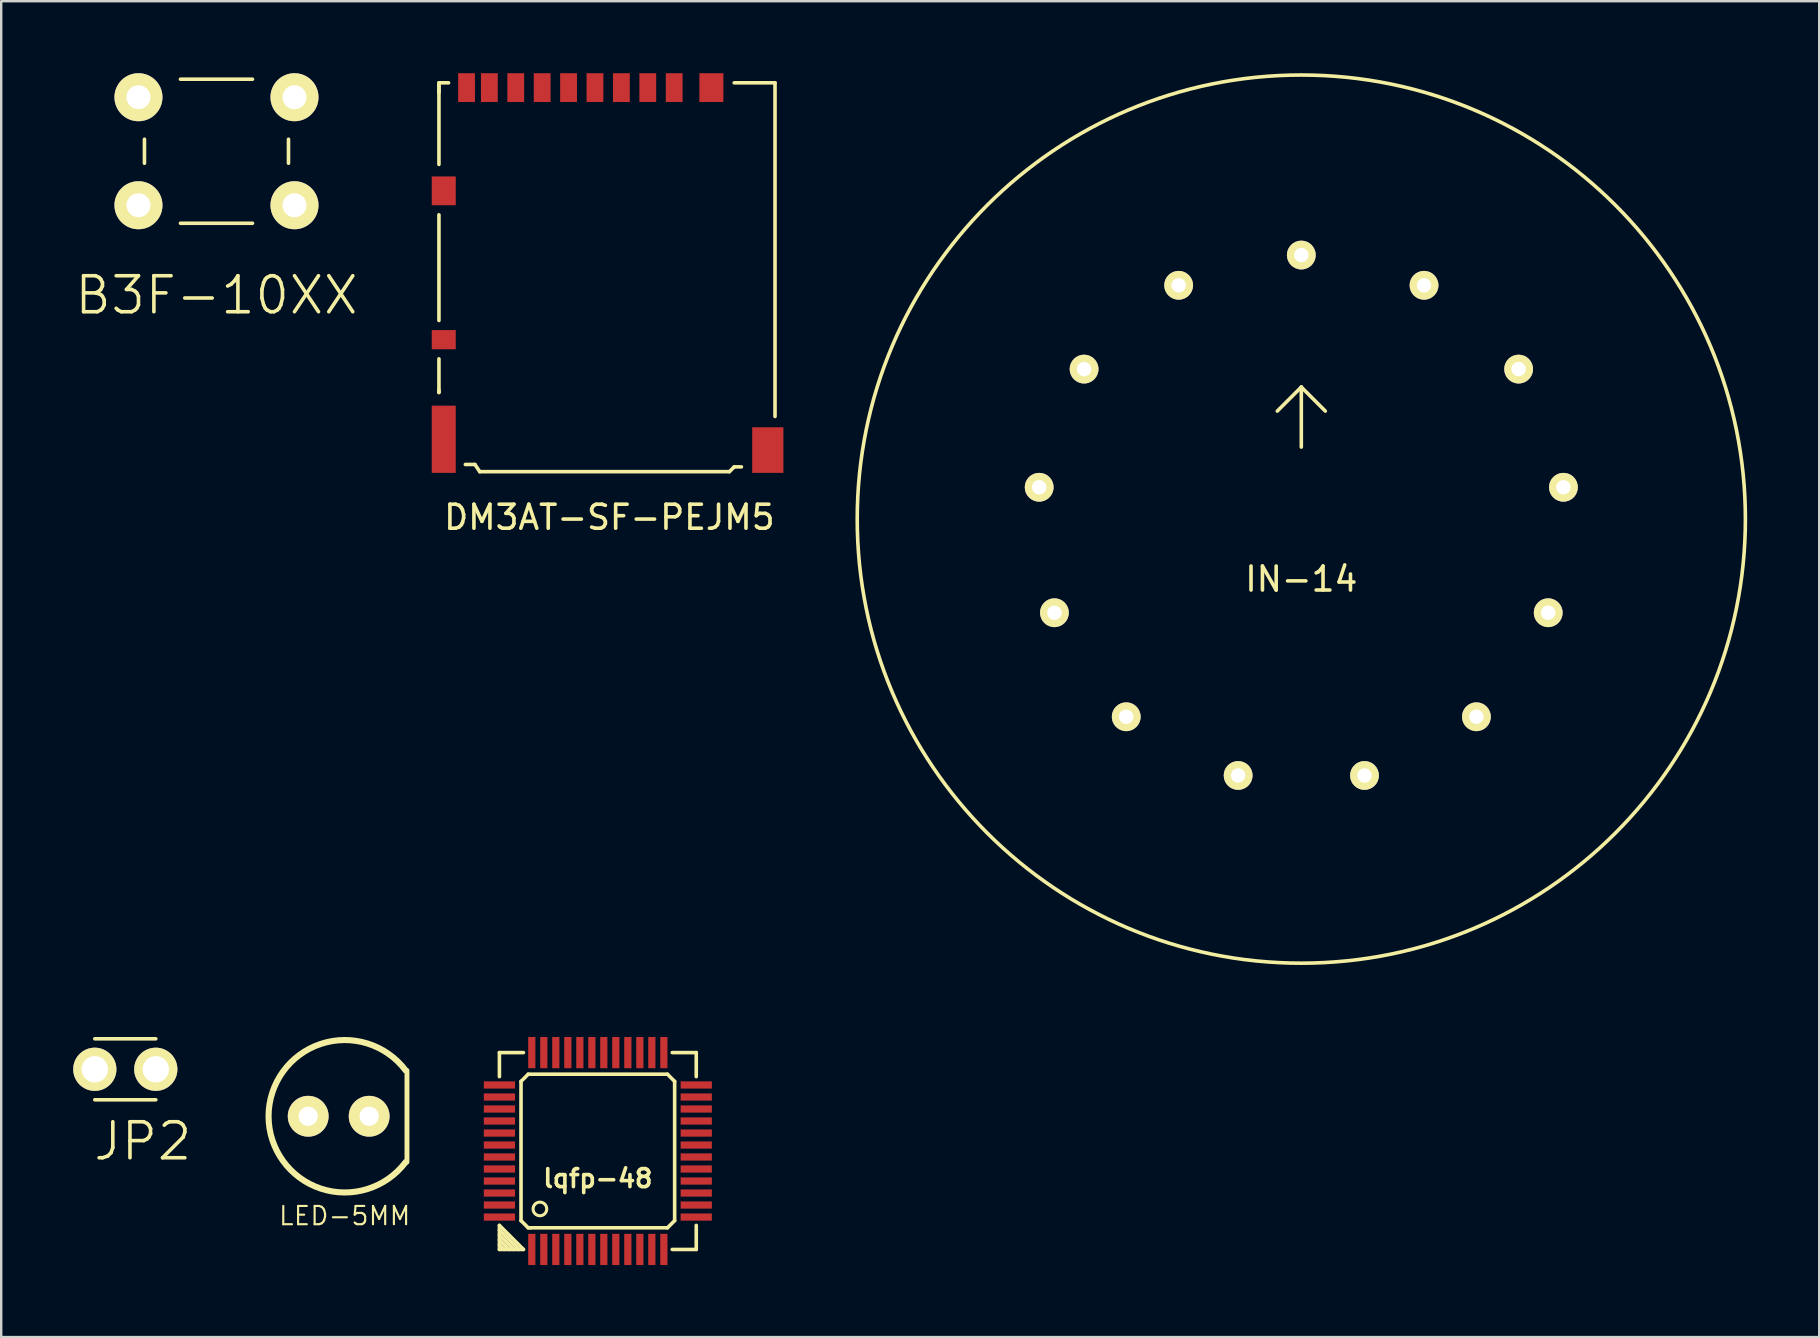
<source format=kicad_pcb>
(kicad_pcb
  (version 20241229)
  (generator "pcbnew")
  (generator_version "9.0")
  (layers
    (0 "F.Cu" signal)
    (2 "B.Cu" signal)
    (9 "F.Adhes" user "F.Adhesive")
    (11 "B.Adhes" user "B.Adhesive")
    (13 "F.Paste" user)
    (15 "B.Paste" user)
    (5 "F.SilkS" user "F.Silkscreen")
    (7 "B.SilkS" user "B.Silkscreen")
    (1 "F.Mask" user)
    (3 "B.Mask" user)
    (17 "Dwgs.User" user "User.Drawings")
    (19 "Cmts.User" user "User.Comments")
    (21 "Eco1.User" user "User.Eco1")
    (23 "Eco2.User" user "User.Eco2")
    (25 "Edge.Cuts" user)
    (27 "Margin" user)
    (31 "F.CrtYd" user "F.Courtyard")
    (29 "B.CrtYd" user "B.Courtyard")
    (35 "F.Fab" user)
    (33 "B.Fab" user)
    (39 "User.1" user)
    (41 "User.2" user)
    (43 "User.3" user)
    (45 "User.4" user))
  (footprint "JP2"
    (layer "F.Cu")
    (at 2.17 41.495)
    (property "Reference" "JP2" (at 0.73 3 0) (layer "F.SilkS") (effects (font (size 1.5 1.5) (thickness 0.15))))
    (attr through_hole)
    (fp_line (start -1.27 -1.27) (end 1.27 -1.27) (stroke (width 0.15) (type solid)) (layer "F.SilkS"))
    (fp_line (start -1.27 1.27) (end 1.27 1.27) (stroke (width 0.15) (type solid)) (layer "F.SilkS"))
    (pad "1" thru_hole circle (at -1.27 0) (size 1.8 1.8) (drill 1.1) (layers "*.Cu" "*.Mask" "F.SilkS"))
    (pad "2" thru_hole circle (at 1.27 0) (size 1.8 1.8) (drill 1.1) (layers "*.Cu" "*.Mask" "F.SilkS")))
  (footprint "IN-14"
    (layer "F.Cu")
    (at 51.161 18.575)
    (property "Reference" "IN-14" (at 0 2.5 0) (layer "F.SilkS") (effects (font (size 1 1) (thickness 0.15))))
    (attr through_hole)
    (fp_line (start 0 -5.5) (end -1 -4.5) (stroke (width 0.15) (type solid)) (layer "F.SilkS"))
    (fp_line (start 0 -5.5) (end 1 -4.5) (stroke (width 0.15) (type solid)) (layer "F.SilkS"))
    (fp_line (start 0 -3) (end 0 -5.5) (stroke (width 0.15) (type solid)) (layer "F.SilkS"))
    (fp_circle (center 0 0) (end 18.5 0) (stroke (width 0.15) (type solid)) (fill no) (layer "F.SilkS"))
    (pad "1" thru_hole circle (at 0 -11) (size 1.2 1.2) (drill 0.6) (layers "*.Cu" "*.Mask" "F.SilkS"))
    (pad "2" thru_hole circle (at -5.11 -9.74) (size 1.2 1.2) (drill 0.6) (layers "*.Cu" "*.Mask" "F.SilkS"))
    (pad "3" thru_hole circle (at -9.05 -6.249) (size 1.2 1.2) (drill 0.6) (layers "*.Cu" "*.Mask" "F.SilkS"))
    (pad "4" thru_hole circle (at -10.92 -1.326) (size 1.2 1.2) (drill 0.6) (layers "*.Cu" "*.Mask" "F.SilkS"))
    (pad "5" thru_hole circle (at -10.285 3.9) (size 1.2 1.2) (drill 0.6) (layers "*.Cu" "*.Mask" "F.SilkS"))
    (pad "6" thru_hole circle (at -7.294 8.234) (size 1.2 1.2) (drill 0.6) (layers "*.Cu" "*.Mask" "F.SilkS"))
    (pad "7" thru_hole circle (at -2.632 10.68) (size 1.2 1.2) (drill 0.6) (layers "*.Cu" "*.Mask" "F.SilkS"))
    (pad "8" thru_hole circle (at 2.632 10.68) (size 1.2 1.2) (drill 0.6) (layers "*.Cu" "*.Mask" "F.SilkS"))
    (pad "9" thru_hole circle (at 7.294 8.234) (size 1.2 1.2) (drill 0.6) (layers "*.Cu" "*.Mask" "F.SilkS"))
    (pad "10" thru_hole circle (at 10.285 3.9) (size 1.2 1.2) (drill 0.6) (layers "*.Cu" "*.Mask" "F.SilkS"))
    (pad "11" thru_hole circle (at 10.919 -1.326) (size 1.2 1.2) (drill 0.6) (layers "*.Cu" "*.Mask" "F.SilkS"))
    (pad "12" thru_hole circle (at 9.053 -6.249) (size 1.2 1.2) (drill 0.6) (layers "*.Cu" "*.Mask" "F.SilkS"))
    (pad "13" thru_hole circle (at 5.112 -9.74) (size 1.2 1.2) (drill 0.6) (layers "*.Cu" "*.Mask" "F.SilkS")))
  (footprint "LED-5MM"
    (layer "F.Cu")
    (at 11.059 43.452)
    (property "Reference" "LED-5MM" (at 0.25 4.15 0) (layer "F.SilkS") (effects (font (size 0.762 0.762) (thickness 0.089))))
    (attr through_hole)
    (fp_line (start 2.845 1.905) (end 2.845 -1.905) (stroke (width 0.203) (type solid)) (layer "F.SilkS"))
    (fp_arc (start 2.794 1.905) (mid -2.921 0.001668) (end 2.791997 -1.907668) (stroke (width 0.254) (type solid)) (layer "F.SilkS"))
    (pad "1" thru_hole circle (at -1.27 0) (size 1.7 1.7) (drill 0.8) (layers "*.Cu" "*.Mask" "F.SilkS"))
    (pad "2" thru_hole circle (at 1.27 0) (size 1.7 1.7) (drill 0.8) (layers "*.Cu" "*.Mask" "F.SilkS")))
  (footprint "lqfp-48"
    (layer "F.Cu")
    (at 21.855 44.9)
    (property "Reference" "lqfp-48" (at 0 1.143 0) (layer "F.SilkS") (effects (font (size 0.749 0.749) (thickness 0.15))))
    (attr smd)
    (fp_line (start -4.1 -4.1) (end -3.099 -4.1) (stroke (width 0.15) (type solid)) (layer "F.SilkS"))
    (fp_line (start -4.1 -3.099) (end -4.1 -4.1) (stroke (width 0.15) (type solid)) (layer "F.SilkS"))
    (fp_line (start -4.1 3.099) (end -3.099 4.1) (stroke (width 0.15) (type solid)) (layer "F.SilkS"))
    (fp_line (start -4.1 3.5) (end -3.5 4.1) (stroke (width 0.15) (type solid)) (layer "F.SilkS"))
    (fp_line (start -4.1 3.899) (end -3.899 4.1) (stroke (width 0.15) (type solid)) (layer "F.SilkS"))
    (fp_line (start -4.1 4.1) (end -4.1 3.099) (stroke (width 0.15) (type solid)) (layer "F.SilkS"))
    (fp_line (start -3.701 4.1) (end -4.1 3.701) (stroke (width 0.15) (type solid)) (layer "F.SilkS"))
    (fp_line (start -3.299 4.1) (end -4.1 3.299) (stroke (width 0.15) (type solid)) (layer "F.SilkS"))
    (fp_line (start -3.2 -2.9) (end -2.9 -3.2) (stroke (width 0.15) (type solid)) (layer "F.SilkS"))
    (fp_line (start -3.2 2.9) (end -3.2 -2.9) (stroke (width 0.15) (type solid)) (layer "F.SilkS"))
    (fp_line (start -3.099 4.1) (end -4.1 4.1) (stroke (width 0.15) (type solid)) (layer "F.SilkS"))
    (fp_line (start -2.9 -3.2) (end 2.9 -3.2) (stroke (width 0.15) (type solid)) (layer "F.SilkS"))
    (fp_line (start -2.9 3.2) (end -3.2 2.9) (stroke (width 0.15) (type solid)) (layer "F.SilkS"))
    (fp_line (start -2.8 3.2) (end -2.9 3.2) (stroke (width 0.15) (type solid)) (layer "F.SilkS"))
    (fp_line (start 2.9 -3.2) (end 3.2 -2.9) (stroke (width 0.15) (type solid)) (layer "F.SilkS"))
    (fp_line (start 2.9 3.2) (end -2.8 3.2) (stroke (width 0.15) (type solid)) (layer "F.SilkS"))
    (fp_line (start 3.099 -4.1) (end 4.1 -4.1) (stroke (width 0.15) (type solid)) (layer "F.SilkS"))
    (fp_line (start 3.2 -2.9) (end 3.2 2.9) (stroke (width 0.15) (type solid)) (layer "F.SilkS"))
    (fp_line (start 3.2 2.9) (end 2.9 3.2) (stroke (width 0.15) (type solid)) (layer "F.SilkS"))
    (fp_line (start 4.1 -4.1) (end 4.1 -3.099) (stroke (width 0.15) (type solid)) (layer "F.SilkS"))
    (fp_line (start 4.1 3.099) (end 4.1 4.1) (stroke (width 0.15) (type solid)) (layer "F.SilkS"))
    (fp_line (start 4.1 4.1) (end 3.099 4.1) (stroke (width 0.15) (type solid)) (layer "F.SilkS"))
    (fp_circle (center -2.413 2.413) (end -2.667 2.54) (stroke (width 0.127) (type solid)) (fill no) (layer "F.SilkS"))
    (pad "1" smd rect (at -2.751 4.1) (size 0.3 1.3) (layers "F.Cu" "F.Mask" "F.Paste"))
    (pad "2" smd rect (at -2.25 4.1) (size 0.3 1.3) (layers "F.Cu" "F.Mask" "F.Paste"))
    (pad "3" smd rect (at -1.75 4.1) (size 0.3 1.3) (layers "F.Cu" "F.Mask" "F.Paste"))
    (pad "4" smd rect (at -1.25 4.1) (size 0.3 1.3) (layers "F.Cu" "F.Mask" "F.Paste"))
    (pad "5" smd rect (at -0.749 4.1) (size 0.3 1.3) (layers "F.Cu" "F.Mask" "F.Paste"))
    (pad "6" smd rect (at -0.249 4.1) (size 0.3 1.3) (layers "F.Cu" "F.Mask" "F.Paste"))
    (pad "7" smd rect (at 0.249 4.1) (size 0.3 1.3) (layers "F.Cu" "F.Mask" "F.Paste"))
    (pad "8" smd rect (at 0.749 4.1) (size 0.3 1.3) (layers "F.Cu" "F.Mask" "F.Paste"))
    (pad "9" smd rect (at 1.25 4.1) (size 0.3 1.3) (layers "F.Cu" "F.Mask" "F.Paste"))
    (pad "10" smd rect (at 1.75 4.1) (size 0.3 1.3) (layers "F.Cu" "F.Mask" "F.Paste"))
    (pad "11" smd rect (at 2.25 4.1) (size 0.3 1.3) (layers "F.Cu" "F.Mask" "F.Paste"))
    (pad "12" smd rect (at 2.751 4.1) (size 0.3 1.3) (layers "F.Cu" "F.Mask" "F.Paste"))
    (pad "13" smd rect (at 4.1 2.751) (size 1.3 0.3) (layers "F.Cu" "F.Mask" "F.Paste"))
    (pad "14" smd rect (at 4.1 2.25) (size 1.3 0.3) (layers "F.Cu" "F.Mask" "F.Paste"))
    (pad "15" smd rect (at 4.1 1.75) (size 1.3 0.3) (layers "F.Cu" "F.Mask" "F.Paste"))
    (pad "16" smd rect (at 4.1 1.25) (size 1.3 0.3) (layers "F.Cu" "F.Mask" "F.Paste"))
    (pad "17" smd rect (at 4.1 0.749) (size 1.3 0.3) (layers "F.Cu" "F.Mask" "F.Paste"))
    (pad "18" smd rect (at 4.1 0.249) (size 1.3 0.3) (layers "F.Cu" "F.Mask" "F.Paste"))
    (pad "19" smd rect (at 4.1 -0.249) (size 1.3 0.3) (layers "F.Cu" "F.Mask" "F.Paste"))
    (pad "20" smd rect (at 4.1 -0.749) (size 1.3 0.3) (layers "F.Cu" "F.Mask" "F.Paste"))
    (pad "21" smd rect (at 4.1 -1.25) (size 1.3 0.3) (layers "F.Cu" "F.Mask" "F.Paste"))
    (pad "22" smd rect (at 4.1 -1.75) (size 1.3 0.3) (layers "F.Cu" "F.Mask" "F.Paste"))
    (pad "23" smd rect (at 4.1 -2.25) (size 1.3 0.3) (layers "F.Cu" "F.Mask" "F.Paste"))
    (pad "24" smd rect (at 4.1 -2.751) (size 1.3 0.3) (layers "F.Cu" "F.Mask" "F.Paste"))
    (pad "25" smd rect (at 2.751 -4.1) (size 0.3 1.3) (layers "F.Cu" "F.Mask" "F.Paste"))
    (pad "26" smd rect (at 2.25 -4.1) (size 0.3 1.3) (layers "F.Cu" "F.Mask" "F.Paste"))
    (pad "27" smd rect (at 1.75 -4.1) (size 0.3 1.3) (layers "F.Cu" "F.Mask" "F.Paste"))
    (pad "28" smd rect (at 1.25 -4.1) (size 0.3 1.3) (layers "F.Cu" "F.Mask" "F.Paste"))
    (pad "29" smd rect (at 0.749 -4.1) (size 0.3 1.3) (layers "F.Cu" "F.Mask" "F.Paste"))
    (pad "30" smd rect (at 0.249 -4.1) (size 0.3 1.3) (layers "F.Cu" "F.Mask" "F.Paste"))
    (pad "31" smd rect (at -0.249 -4.1) (size 0.3 1.3) (layers "F.Cu" "F.Mask" "F.Paste"))
    (pad "32" smd rect (at -0.749 -4.1) (size 0.3 1.3) (layers "F.Cu" "F.Mask" "F.Paste"))
    (pad "33" smd rect (at -1.25 -4.1) (size 0.3 1.3) (layers "F.Cu" "F.Mask" "F.Paste"))
    (pad "34" smd rect (at -1.75 -4.1) (size 0.3 1.3) (layers "F.Cu" "F.Mask" "F.Paste"))
    (pad "35" smd rect (at -2.25 -4.1) (size 0.3 1.3) (layers "F.Cu" "F.Mask" "F.Paste"))
    (pad "36" smd rect (at -2.751 -4.1) (size 0.3 1.3) (layers "F.Cu" "F.Mask" "F.Paste"))
    (pad "37" smd rect (at -4.1 -2.751) (size 1.3 0.3) (layers "F.Cu" "F.Mask" "F.Paste"))
    (pad "38" smd rect (at -4.1 -2.25) (size 1.3 0.3) (layers "F.Cu" "F.Mask" "F.Paste"))
    (pad "39" smd rect (at -4.1 -1.75) (size 1.3 0.3) (layers "F.Cu" "F.Mask" "F.Paste"))
    (pad "40" smd rect (at -4.1 -1.25) (size 1.3 0.3) (layers "F.Cu" "F.Mask" "F.Paste"))
    (pad "41" smd rect (at -4.1 -0.749) (size 1.3 0.3) (layers "F.Cu" "F.Mask" "F.Paste"))
    (pad "42" smd rect (at -4.1 -0.249) (size 1.3 0.3) (layers "F.Cu" "F.Mask" "F.Paste"))
    (pad "43" smd rect (at -4.1 0.249) (size 1.3 0.3) (layers "F.Cu" "F.Mask" "F.Paste"))
    (pad "44" smd rect (at -4.1 0.749) (size 1.3 0.3) (layers "F.Cu" "F.Mask" "F.Paste"))
    (pad "45" smd rect (at -4.1 1.25) (size 1.3 0.3) (layers "F.Cu" "F.Mask" "F.Paste"))
    (pad "46" smd rect (at -4.1 1.75) (size 1.3 0.3) (layers "F.Cu" "F.Mask" "F.Paste"))
    (pad "47" smd rect (at -4.1 2.25) (size 1.3 0.3) (layers "F.Cu" "F.Mask" "F.Paste"))
    (pad "48" smd rect (at -4.1 2.751) (size 1.3 0.3) (layers "F.Cu" "F.Mask" "F.Paste")))
  (footprint "B3F-10XX"
    (layer "F.Cu")
    (at 5.968 3.25)
    (property "Reference" "B3F-10XX" (at 0 6 0) (layer "F.SilkS") (effects (font (size 1.5 1.5) (thickness 0.15))))
    (attr through_hole)
    (fp_line (start -3 -0.5) (end -3 0.5) (stroke (width 0.15) (type solid)) (layer "F.SilkS"))
    (fp_line (start -1.5 -3) (end 1.5 -3) (stroke (width 0.15) (type solid)) (layer "F.SilkS"))
    (fp_line (start -1.5 3) (end 1.5 3) (stroke (width 0.15) (type solid)) (layer "F.SilkS"))
    (fp_line (start 3 -0.5) (end 3 0.5) (stroke (width 0.15) (type solid)) (layer "F.SilkS"))
    (pad "1" thru_hole circle (at 3.25 2.25) (size 2 2) (drill 1) (layers "*.Cu" "*.Mask" "F.SilkS"))
    (pad "2" thru_hole circle (at -3.25 2.25) (size 2 2) (drill 1) (layers "*.Cu" "*.Mask" "F.SilkS"))
    (pad "3" thru_hole circle (at 3.25 -2.25) (size 2 2) (drill 1) (layers "*.Cu" "*.Mask" "F.SilkS"))
    (pad "4" thru_hole circle (at -3.25 -2.25) (size 2 2) (drill 1) (layers "*.Cu" "*.Mask" "F.SilkS")))
  (footprint "DM3AT-SF-PEJM5"
    (layer "F.Cu")
    (at 21.736 0.6)
    (property "Reference" "DM3AT-SF-PEJM5" (at 0.6 17.9 0) (layer "F.SilkS") (effects (font (size 1 1) (thickness 0.15))))
    (attr through_hole)
    (fp_line (start -6.5 -0.2) (end -6.5 0.2) (stroke (width 0.15) (type solid)) (layer "F.SilkS"))
    (fp_line (start -6.5 3.2) (end -6.5 -0.1) (stroke (width 0.15) (type solid)) (layer "F.SilkS"))
    (fp_line (start -6.5 5.3) (end -6.5 9.7) (stroke (width 0.15) (type solid)) (layer "F.SilkS"))
    (fp_line (start -6.5 11.3) (end -6.5 12.7) (stroke (width 0.15) (type solid)) (layer "F.SilkS"))
    (fp_line (start -6.5 12.7) (end -6.5 12.6) (stroke (width 0.15) (type solid)) (layer "F.SilkS"))
    (fp_line (start -6.1 -0.2) (end -6.5 -0.2) (stroke (width 0.15) (type solid)) (layer "F.SilkS"))
    (fp_line (start -5.4 15.7) (end -5 15.7) (stroke (width 0.15) (type solid)) (layer "F.SilkS"))
    (fp_line (start -5 15.7) (end -4.8 16) (stroke (width 0.15) (type solid)) (layer "F.SilkS"))
    (fp_line (start -4.8 16) (end 5.6 16) (stroke (width 0.15) (type solid)) (layer "F.SilkS"))
    (fp_line (start 5.6 16) (end 5.8 15.8) (stroke (width 0.15) (type solid)) (layer "F.SilkS"))
    (fp_line (start 5.8 15.8) (end 6.1 15.8) (stroke (width 0.15) (type solid)) (layer "F.SilkS"))
    (fp_line (start 7.5 -0.2) (end 5.8 -0.2) (stroke (width 0.15) (type solid)) (layer "F.SilkS"))
    (fp_line (start 7.5 13.7) (end 7.5 -0.2) (stroke (width 0.15) (type solid)) (layer "F.SilkS"))
    (pad "" smd rect (at -6.3 4.3) (size 1 1.2) (layers "F.Cu" "F.Mask" "F.Paste"))
    (pad "" smd rect (at -6.3 14.65) (size 1 2.8) (layers "F.Cu" "F.Mask" "F.Paste"))
    (pad "" smd rect (at 4.85 0) (size 1 1.2) (layers "F.Cu" "F.Mask" "F.Paste"))
    (pad "" smd rect (at 7.2 15.1) (size 1.3 1.9) (layers "F.Cu" "F.Mask" "F.Paste"))
    (pad "1" smd rect (at 3.3 0) (size 0.7 1.2) (layers "F.Cu" "F.Mask" "F.Paste"))
    (pad "2" smd rect (at 2.2 0) (size 0.7 1.2) (layers "F.Cu" "F.Mask" "F.Paste"))
    (pad "3" smd rect (at 1.1 0) (size 0.7 1.2) (layers "F.Cu" "F.Mask" "F.Paste"))
    (pad "4" smd rect (at 0 0) (size 0.7 1.2) (layers "F.Cu" "F.Mask" "F.Paste"))
    (pad "5" smd rect (at -1.1 0) (size 0.7 1.2) (layers "F.Cu" "F.Mask" "F.Paste"))
    (pad "6" smd rect (at -2.2 0) (size 0.7 1.2) (layers "F.Cu" "F.Mask" "F.Paste"))
    (pad "7" smd rect (at -3.3 0) (size 0.7 1.2) (layers "F.Cu" "F.Mask" "F.Paste"))
    (pad "8" smd rect (at -4.4 0) (size 0.7 1.2) (layers "F.Cu" "F.Mask" "F.Paste"))
    (pad "9" smd rect (at -5.35 0) (size 0.7 1.2) (layers "F.Cu" "F.Mask" "F.Paste"))
    (pad "10" smd rect (at -6.3 10.5) (size 1 0.8) (layers "F.Cu" "F.Mask" "F.Paste")))
  (gr_rect
    (start -3 -3)
    (end 72.736 52.65)
    (stroke (width 0.1) (type default))
    (fill no)
    (layer "Edge.Cuts")))
</source>
